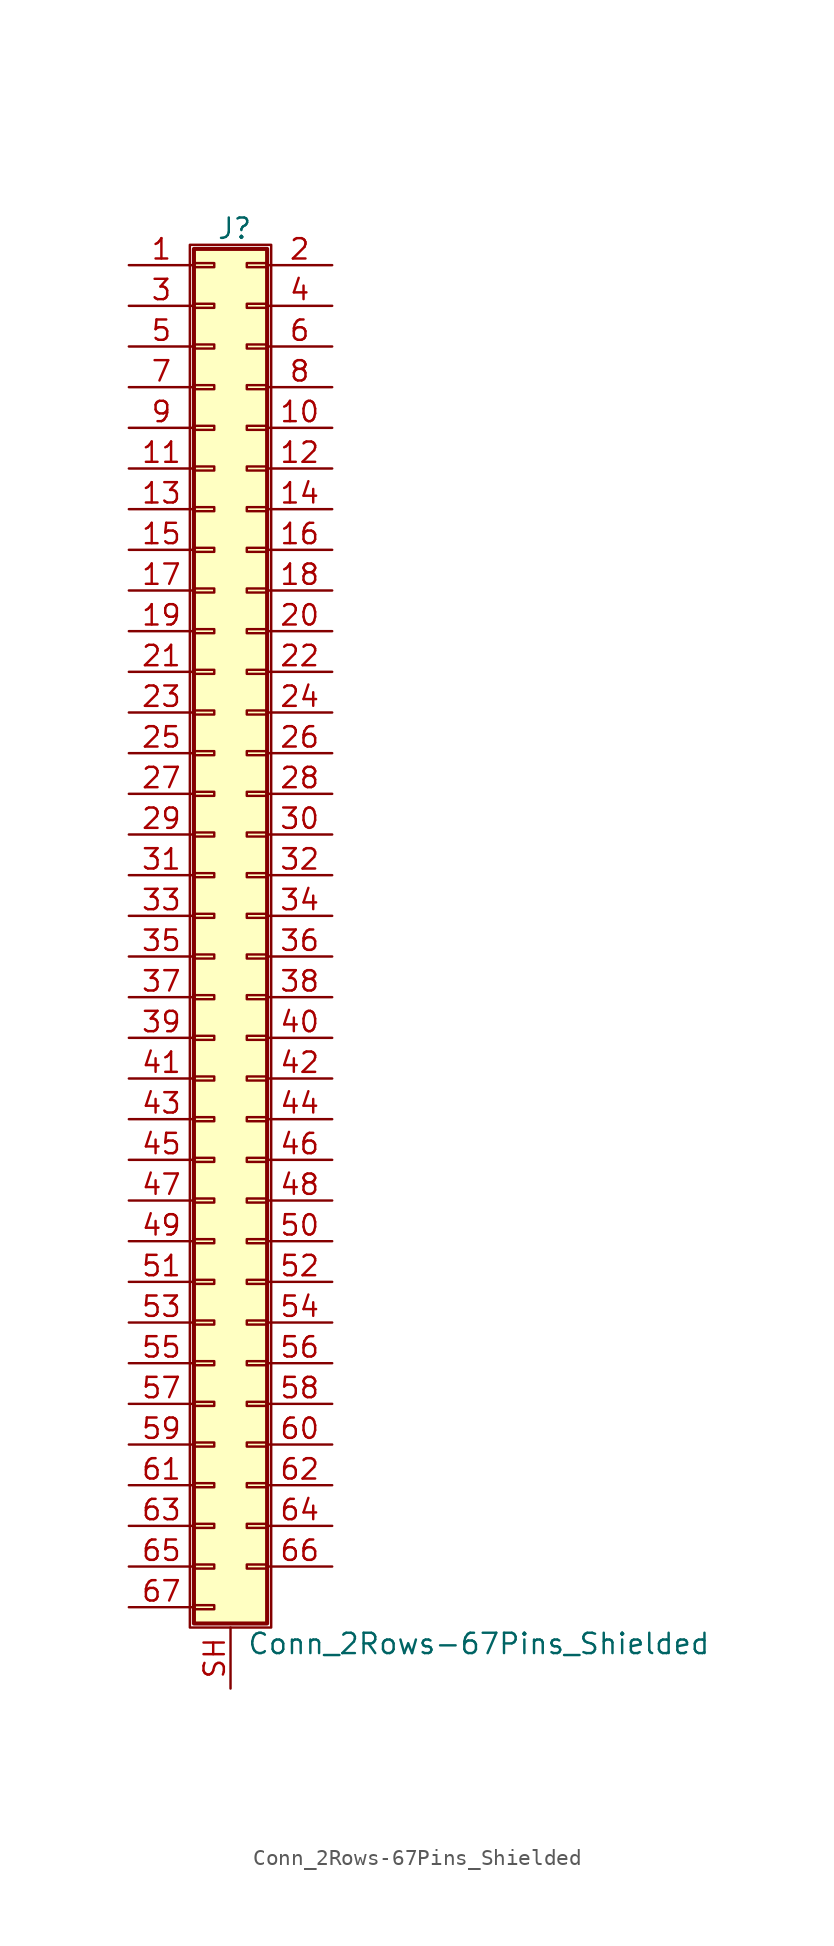
<source format=kicad_sym>
(kicad_symbol_lib
  (version 20201005)
  (generator kicad_symbol_editor)
  (symbol "Conn_2Rows-67Pins_Shielded"
    (pin_names
      (offset 1.016) hide)
    (property "Reference" "J"
      (at 1.524 42.926 0)
      (effects (font (size 1.27 1.27))))
    (property "Value" "Conn_2Rows-67Pins_Shielded"
      (at 2.286 -45.466 0)
      (effects (font (size 1.27 1.27)) (justify left)))
    (symbol "Conn_2Rows-67Pins_Shielded_1_1"
      (rectangle (start -1.27 41.91) (end 3.81 -44.45) (stroke (width 0.152)) (fill (type none)))
      (rectangle (start -1.016 -43.053) (end 0.254 -43.307) (stroke (width 0.152)) (fill (type none)))
      (rectangle (start -1.016 -40.513) (end 0.254 -40.767) (stroke (width 0.152)) (fill (type none)))
      (rectangle (start -1.016 -37.973) (end 0.254 -38.227) (stroke (width 0.152)) (fill (type none)))
      (rectangle (start -1.016 -35.433) (end 0.254 -35.687) (stroke (width 0.152)) (fill (type none)))
      (rectangle (start -1.016 -32.893) (end 0.254 -33.147) (stroke (width 0.152)) (fill (type none)))
      (rectangle (start -1.016 -30.353) (end 0.254 -30.607) (stroke (width 0.152)) (fill (type none)))
      (rectangle (start -1.016 -27.813) (end 0.254 -28.067) (stroke (width 0.152)) (fill (type none)))
      (rectangle (start -1.016 -25.273) (end 0.254 -25.527) (stroke (width 0.152)) (fill (type none)))
      (rectangle (start -1.016 -22.733) (end 0.254 -22.987) (stroke (width 0.152)) (fill (type none)))
      (rectangle (start -1.016 -20.193) (end 0.254 -20.447) (stroke (width 0.152)) (fill (type none)))
      (rectangle (start -1.016 -17.653) (end 0.254 -17.907) (stroke (width 0.152)) (fill (type none)))
      (rectangle (start -1.016 -15.113) (end 0.254 -15.367) (stroke (width 0.152)) (fill (type none)))
      (rectangle (start -1.016 -12.573) (end 0.254 -12.827) (stroke (width 0.152)) (fill (type none)))
      (rectangle (start -1.016 -10.033) (end 0.254 -10.287) (stroke (width 0.152)) (fill (type none)))
      (rectangle (start -1.016 -7.493) (end 0.254 -7.747) (stroke (width 0.152)) (fill (type none)))
      (rectangle (start -1.016 -4.953) (end 0.254 -5.207) (stroke (width 0.152)) (fill (type none)))
      (rectangle (start -1.016 -2.413) (end 0.254 -2.667) (stroke (width 0.152)) (fill (type none)))
      (rectangle (start -1.016 0.127) (end 0.254 -0.127) (stroke (width 0.152)) (fill (type none)))
      (rectangle (start -1.016 2.667) (end 0.254 2.413) (stroke (width 0.152)) (fill (type none)))
      (rectangle (start -1.016 5.207) (end 0.254 4.953) (stroke (width 0.152)) (fill (type none)))
      (rectangle (start -1.016 7.747) (end 0.254 7.493) (stroke (width 0.152)) (fill (type none)))
      (rectangle (start -1.016 10.287) (end 0.254 10.033) (stroke (width 0.152)) (fill (type none)))
      (rectangle (start -1.016 12.827) (end 0.254 12.573) (stroke (width 0.152)) (fill (type none)))
      (rectangle (start -1.016 15.367) (end 0.254 15.113) (stroke (width 0.152)) (fill (type none)))
      (rectangle (start -1.016 17.907) (end 0.254 17.653) (stroke (width 0.152)) (fill (type none)))
      (rectangle (start -1.016 20.447) (end 0.254 20.193) (stroke (width 0.152)) (fill (type none)))
      (rectangle (start -1.016 22.987) (end 0.254 22.733) (stroke (width 0.152)) (fill (type none)))
      (rectangle (start -1.016 25.527) (end 0.254 25.273) (stroke (width 0.152)) (fill (type none)))
      (rectangle (start -1.016 28.067) (end 0.254 27.813) (stroke (width 0.152)) (fill (type none)))
      (rectangle (start -1.016 30.607) (end 0.254 30.353) (stroke (width 0.152)) (fill (type none)))
      (rectangle (start -1.016 33.147) (end 0.254 32.893) (stroke (width 0.152)) (fill (type none)))
      (rectangle (start -1.016 35.687) (end 0.254 35.433) (stroke (width 0.152)) (fill (type none)))
      (rectangle (start -1.016 38.227) (end 0.254 37.973) (stroke (width 0.152)) (fill (type none)))
      (rectangle (start -1.016 40.767) (end 0.254 40.513) (stroke (width 0.152)) (fill (type none)))
      (rectangle (start 3.556 -40.513) (end 2.286 -40.767) (stroke (width 0.152)) (fill (type none)))
      (rectangle (start 3.556 -37.973) (end 2.286 -38.227) (stroke (width 0.152)) (fill (type none)))
      (rectangle (start 3.556 -35.433) (end 2.286 -35.687) (stroke (width 0.152)) (fill (type none)))
      (rectangle (start 3.556 -32.893) (end 2.286 -33.147) (stroke (width 0.152)) (fill (type none)))
      (rectangle (start 3.556 -30.353) (end 2.286 -30.607) (stroke (width 0.152)) (fill (type none)))
      (rectangle (start 3.556 -27.813) (end 2.286 -28.067) (stroke (width 0.152)) (fill (type none)))
      (rectangle (start 3.556 -25.273) (end 2.286 -25.527) (stroke (width 0.152)) (fill (type none)))
      (rectangle (start 3.556 -22.733) (end 2.286 -22.987) (stroke (width 0.152)) (fill (type none)))
      (rectangle (start 3.556 -20.193) (end 2.286 -20.447) (stroke (width 0.152)) (fill (type none)))
      (rectangle (start 3.556 -17.653) (end 2.286 -17.907) (stroke (width 0.152)) (fill (type none)))
      (rectangle (start 3.556 -15.113) (end 2.286 -15.367) (stroke (width 0.152)) (fill (type none)))
      (rectangle (start 3.556 -12.573) (end 2.286 -12.827) (stroke (width 0.152)) (fill (type none)))
      (rectangle (start 3.556 -10.033) (end 2.286 -10.287) (stroke (width 0.152)) (fill (type none)))
      (rectangle (start 3.556 -7.493) (end 2.286 -7.747) (stroke (width 0.152)) (fill (type none)))
      (rectangle (start 3.556 -4.953) (end 2.286 -5.207) (stroke (width 0.152)) (fill (type none)))
      (rectangle (start 3.556 -2.413) (end 2.286 -2.667) (stroke (width 0.152)) (fill (type none)))
      (rectangle (start 3.556 0.127) (end 2.286 -0.127) (stroke (width 0.152)) (fill (type none)))
      (rectangle (start 3.556 2.667) (end 2.286 2.413) (stroke (width 0.152)) (fill (type none)))
      (rectangle (start 3.556 5.207) (end 2.286 4.953) (stroke (width 0.152)) (fill (type none)))
      (rectangle (start 3.556 7.747) (end 2.286 7.493) (stroke (width 0.152)) (fill (type none)))
      (rectangle (start 3.556 10.287) (end 2.286 10.033) (stroke (width 0.152)) (fill (type none)))
      (rectangle (start 3.556 12.827) (end 2.286 12.573) (stroke (width 0.152)) (fill (type none)))
      (rectangle (start 3.556 15.367) (end 2.286 15.113) (stroke (width 0.152)) (fill (type none)))
      (rectangle (start 3.556 17.907) (end 2.286 17.653) (stroke (width 0.152)) (fill (type none)))
      (rectangle (start 3.556 20.447) (end 2.286 20.193) (stroke (width 0.152)) (fill (type none)))
      (rectangle (start 3.556 22.987) (end 2.286 22.733) (stroke (width 0.152)) (fill (type none)))
      (rectangle (start 3.556 25.527) (end 2.286 25.273) (stroke (width 0.152)) (fill (type none)))
      (rectangle (start 3.556 28.067) (end 2.286 27.813) (stroke (width 0.152)) (fill (type none)))
      (rectangle (start 3.556 30.607) (end 2.286 30.353) (stroke (width 0.152)) (fill (type none)))
      (rectangle (start 3.556 33.147) (end 2.286 32.893) (stroke (width 0.152)) (fill (type none)))
      (rectangle (start 3.556 35.687) (end 2.286 35.433) (stroke (width 0.152)) (fill (type none)))
      (rectangle (start 3.556 38.227) (end 2.286 37.973) (stroke (width 0.152)) (fill (type none)))
      (rectangle (start 3.556 40.767) (end 2.286 40.513) (stroke (width 0.152)) (fill (type none)))
      (rectangle (start -1.016 41.656) (end 3.556 -44.196) (stroke (width 0.254)) (fill (type background)))
      (pin passive line (at -5.08 40.64 0) (length 4.064) (name "Pin_1" (effects (font (size 1.27 1.27)))) (number "1" (effects (font (size 1.27 1.27)))))
      (pin passive line (at 7.62 30.48 180) (length 4.064) (name "Pin_10" (effects (font (size 1.27 1.27)))) (number "10" (effects (font (size 1.27 1.27)))))
      (pin passive line (at -5.08 27.94 0) (length 4.064) (name "Pin_11" (effects (font (size 1.27 1.27)))) (number "11" (effects (font (size 1.27 1.27)))))
      (pin passive line (at 7.62 27.94 180) (length 4.064) (name "Pin_12" (effects (font (size 1.27 1.27)))) (number "12" (effects (font (size 1.27 1.27)))))
      (pin passive line (at -5.08 25.4 0) (length 4.064) (name "Pin_13" (effects (font (size 1.27 1.27)))) (number "13" (effects (font (size 1.27 1.27)))))
      (pin passive line (at 7.62 25.4 180) (length 4.064) (name "Pin_14" (effects (font (size 1.27 1.27)))) (number "14" (effects (font (size 1.27 1.27)))))
      (pin passive line (at -5.08 22.86 0) (length 4.064) (name "Pin_15" (effects (font (size 1.27 1.27)))) (number "15" (effects (font (size 1.27 1.27)))))
      (pin passive line (at 7.62 22.86 180) (length 4.064) (name "Pin_16" (effects (font (size 1.27 1.27)))) (number "16" (effects (font (size 1.27 1.27)))))
      (pin passive line (at -5.08 20.32 0) (length 4.064) (name "Pin_17" (effects (font (size 1.27 1.27)))) (number "17" (effects (font (size 1.27 1.27)))))
      (pin passive line (at 7.62 20.32 180) (length 4.064) (name "Pin_18" (effects (font (size 1.27 1.27)))) (number "18" (effects (font (size 1.27 1.27)))))
      (pin passive line (at -5.08 17.78 0) (length 4.064) (name "Pin_19" (effects (font (size 1.27 1.27)))) (number "19" (effects (font (size 1.27 1.27)))))
      (pin passive line (at 7.62 40.64 180) (length 4.064) (name "Pin_2" (effects (font (size 1.27 1.27)))) (number "2" (effects (font (size 1.27 1.27)))))
      (pin passive line (at 7.62 17.78 180) (length 4.064) (name "Pin_20" (effects (font (size 1.27 1.27)))) (number "20" (effects (font (size 1.27 1.27)))))
      (pin passive line (at -5.08 15.24 0) (length 4.064) (name "Pin_21" (effects (font (size 1.27 1.27)))) (number "21" (effects (font (size 1.27 1.27)))))
      (pin passive line (at 7.62 15.24 180) (length 4.064) (name "Pin_22" (effects (font (size 1.27 1.27)))) (number "22" (effects (font (size 1.27 1.27)))))
      (pin passive line (at -5.08 12.7 0) (length 4.064) (name "Pin_23" (effects (font (size 1.27 1.27)))) (number "23" (effects (font (size 1.27 1.27)))))
      (pin passive line (at 7.62 12.7 180) (length 4.064) (name "Pin_24" (effects (font (size 1.27 1.27)))) (number "24" (effects (font (size 1.27 1.27)))))
      (pin passive line (at -5.08 10.16 0) (length 4.064) (name "Pin_25" (effects (font (size 1.27 1.27)))) (number "25" (effects (font (size 1.27 1.27)))))
      (pin passive line (at 7.62 10.16 180) (length 4.064) (name "Pin_26" (effects (font (size 1.27 1.27)))) (number "26" (effects (font (size 1.27 1.27)))))
      (pin passive line (at -5.08 7.62 0) (length 4.064) (name "Pin_27" (effects (font (size 1.27 1.27)))) (number "27" (effects (font (size 1.27 1.27)))))
      (pin passive line (at 7.62 7.62 180) (length 4.064) (name "Pin_28" (effects (font (size 1.27 1.27)))) (number "28" (effects (font (size 1.27 1.27)))))
      (pin passive line (at -5.08 5.08 0) (length 4.064) (name "Pin_29" (effects (font (size 1.27 1.27)))) (number "29" (effects (font (size 1.27 1.27)))))
      (pin passive line (at -5.08 38.1 0) (length 4.064) (name "Pin_3" (effects (font (size 1.27 1.27)))) (number "3" (effects (font (size 1.27 1.27)))))
      (pin passive line (at 7.62 5.08 180) (length 4.064) (name "Pin_30" (effects (font (size 1.27 1.27)))) (number "30" (effects (font (size 1.27 1.27)))))
      (pin passive line (at -5.08 2.54 0) (length 4.064) (name "Pin_31" (effects (font (size 1.27 1.27)))) (number "31" (effects (font (size 1.27 1.27)))))
      (pin passive line (at 7.62 2.54 180) (length 4.064) (name "Pin_32" (effects (font (size 1.27 1.27)))) (number "32" (effects (font (size 1.27 1.27)))))
      (pin passive line (at -5.08 0 0) (length 4.064) (name "Pin_33" (effects (font (size 1.27 1.27)))) (number "33" (effects (font (size 1.27 1.27)))))
      (pin passive line (at 7.62 0 180) (length 4.064) (name "Pin_34" (effects (font (size 1.27 1.27)))) (number "34" (effects (font (size 1.27 1.27)))))
      (pin passive line (at -5.08 -2.54 0) (length 4.064) (name "Pin_35" (effects (font (size 1.27 1.27)))) (number "35" (effects (font (size 1.27 1.27)))))
      (pin passive line (at 7.62 -2.54 180) (length 4.064) (name "Pin_36" (effects (font (size 1.27 1.27)))) (number "36" (effects (font (size 1.27 1.27)))))
      (pin passive line (at -5.08 -5.08 0) (length 4.064) (name "Pin_37" (effects (font (size 1.27 1.27)))) (number "37" (effects (font (size 1.27 1.27)))))
      (pin passive line (at 7.62 -5.08 180) (length 4.064) (name "Pin_38" (effects (font (size 1.27 1.27)))) (number "38" (effects (font (size 1.27 1.27)))))
      (pin passive line (at -5.08 -7.62 0) (length 4.064) (name "Pin_39" (effects (font (size 1.27 1.27)))) (number "39" (effects (font (size 1.27 1.27)))))
      (pin passive line (at 7.62 38.1 180) (length 4.064) (name "Pin_4" (effects (font (size 1.27 1.27)))) (number "4" (effects (font (size 1.27 1.27)))))
      (pin passive line (at 7.62 -7.62 180) (length 4.064) (name "Pin_40" (effects (font (size 1.27 1.27)))) (number "40" (effects (font (size 1.27 1.27)))))
      (pin passive line (at -5.08 -10.16 0) (length 4.064) (name "Pin_41" (effects (font (size 1.27 1.27)))) (number "41" (effects (font (size 1.27 1.27)))))
      (pin passive line (at 7.62 -10.16 180) (length 4.064) (name "Pin_42" (effects (font (size 1.27 1.27)))) (number "42" (effects (font (size 1.27 1.27)))))
      (pin passive line (at -5.08 -12.7 0) (length 4.064) (name "Pin_43" (effects (font (size 1.27 1.27)))) (number "43" (effects (font (size 1.27 1.27)))))
      (pin passive line (at 7.62 -12.7 180) (length 4.064) (name "Pin_44" (effects (font (size 1.27 1.27)))) (number "44" (effects (font (size 1.27 1.27)))))
      (pin passive line (at -5.08 -15.24 0) (length 4.064) (name "Pin_45" (effects (font (size 1.27 1.27)))) (number "45" (effects (font (size 1.27 1.27)))))
      (pin passive line (at 7.62 -15.24 180) (length 4.064) (name "Pin_46" (effects (font (size 1.27 1.27)))) (number "46" (effects (font (size 1.27 1.27)))))
      (pin passive line (at -5.08 -17.78 0) (length 4.064) (name "Pin_47" (effects (font (size 1.27 1.27)))) (number "47" (effects (font (size 1.27 1.27)))))
      (pin passive line (at 7.62 -17.78 180) (length 4.064) (name "Pin_48" (effects (font (size 1.27 1.27)))) (number "48" (effects (font (size 1.27 1.27)))))
      (pin passive line (at -5.08 -20.32 0) (length 4.064) (name "Pin_49" (effects (font (size 1.27 1.27)))) (number "49" (effects (font (size 1.27 1.27)))))
      (pin passive line (at -5.08 35.56 0) (length 4.064) (name "Pin_5" (effects (font (size 1.27 1.27)))) (number "5" (effects (font (size 1.27 1.27)))))
      (pin passive line (at 7.62 -20.32 180) (length 4.064) (name "Pin_50" (effects (font (size 1.27 1.27)))) (number "50" (effects (font (size 1.27 1.27)))))
      (pin passive line (at -5.08 -22.86 0) (length 4.064) (name "Pin_51" (effects (font (size 1.27 1.27)))) (number "51" (effects (font (size 1.27 1.27)))))
      (pin passive line (at 7.62 -22.86 180) (length 4.064) (name "Pin_52" (effects (font (size 1.27 1.27)))) (number "52" (effects (font (size 1.27 1.27)))))
      (pin passive line (at -5.08 -25.4 0) (length 4.064) (name "Pin_53" (effects (font (size 1.27 1.27)))) (number "53" (effects (font (size 1.27 1.27)))))
      (pin passive line (at 7.62 -25.4 180) (length 4.064) (name "Pin_54" (effects (font (size 1.27 1.27)))) (number "54" (effects (font (size 1.27 1.27)))))
      (pin passive line (at -5.08 -27.94 0) (length 4.064) (name "Pin_55" (effects (font (size 1.27 1.27)))) (number "55" (effects (font (size 1.27 1.27)))))
      (pin passive line (at 7.62 -27.94 180) (length 4.064) (name "Pin_56" (effects (font (size 1.27 1.27)))) (number "56" (effects (font (size 1.27 1.27)))))
      (pin passive line (at -5.08 -30.48 0) (length 4.064) (name "Pin_57" (effects (font (size 1.27 1.27)))) (number "57" (effects (font (size 1.27 1.27)))))
      (pin passive line (at 7.62 -30.48 180) (length 4.064) (name "Pin_58" (effects (font (size 1.27 1.27)))) (number "58" (effects (font (size 1.27 1.27)))))
      (pin passive line (at -5.08 -33.02 0) (length 4.064) (name "Pin_59" (effects (font (size 1.27 1.27)))) (number "59" (effects (font (size 1.27 1.27)))))
      (pin passive line (at 7.62 35.56 180) (length 4.064) (name "Pin_6" (effects (font (size 1.27 1.27)))) (number "6" (effects (font (size 1.27 1.27)))))
      (pin passive line (at 7.62 -33.02 180) (length 4.064) (name "Pin_60" (effects (font (size 1.27 1.27)))) (number "60" (effects (font (size 1.27 1.27)))))
      (pin passive line (at -5.08 -35.56 0) (length 4.064) (name "Pin_61" (effects (font (size 1.27 1.27)))) (number "61" (effects (font (size 1.27 1.27)))))
      (pin passive line (at 7.62 -35.56 180) (length 4.064) (name "Pin_62" (effects (font (size 1.27 1.27)))) (number "62" (effects (font (size 1.27 1.27)))))
      (pin passive line (at -5.08 -38.1 0) (length 4.064) (name "Pin_63" (effects (font (size 1.27 1.27)))) (number "63" (effects (font (size 1.27 1.27)))))
      (pin passive line (at 7.62 -38.1 180) (length 4.064) (name "Pin_64" (effects (font (size 1.27 1.27)))) (number "64" (effects (font (size 1.27 1.27)))))
      (pin passive line (at -5.08 -40.64 0) (length 4.064) (name "Pin_65" (effects (font (size 1.27 1.27)))) (number "65" (effects (font (size 1.27 1.27)))))
      (pin passive line (at 7.62 -40.64 180) (length 4.064) (name "Pin_66" (effects (font (size 1.27 1.27)))) (number "66" (effects (font (size 1.27 1.27)))))
      (pin passive line (at -5.08 -43.18 0) (length 4.064) (name "Pin_67" (effects (font (size 1.27 1.27)))) (number "67" (effects (font (size 1.27 1.27)))))
      (pin passive line (at -5.08 33.02 0) (length 4.064) (name "Pin_7" (effects (font (size 1.27 1.27)))) (number "7" (effects (font (size 1.27 1.27)))))
      (pin passive line (at 7.62 33.02 180) (length 4.064) (name "Pin_8" (effects (font (size 1.27 1.27)))) (number "8" (effects (font (size 1.27 1.27)))))
      (pin passive line (at -5.08 30.48 0) (length 4.064) (name "Pin_9" (effects (font (size 1.27 1.27)))) (number "9" (effects (font (size 1.27 1.27)))))
      (pin passive line (at 1.27 -48.26 90) (length 3.81) (name "Shield" (effects (font (size 1.27 1.27)))) (number "SH" (effects (font (size 1.27 1.27))))))))
</source>
